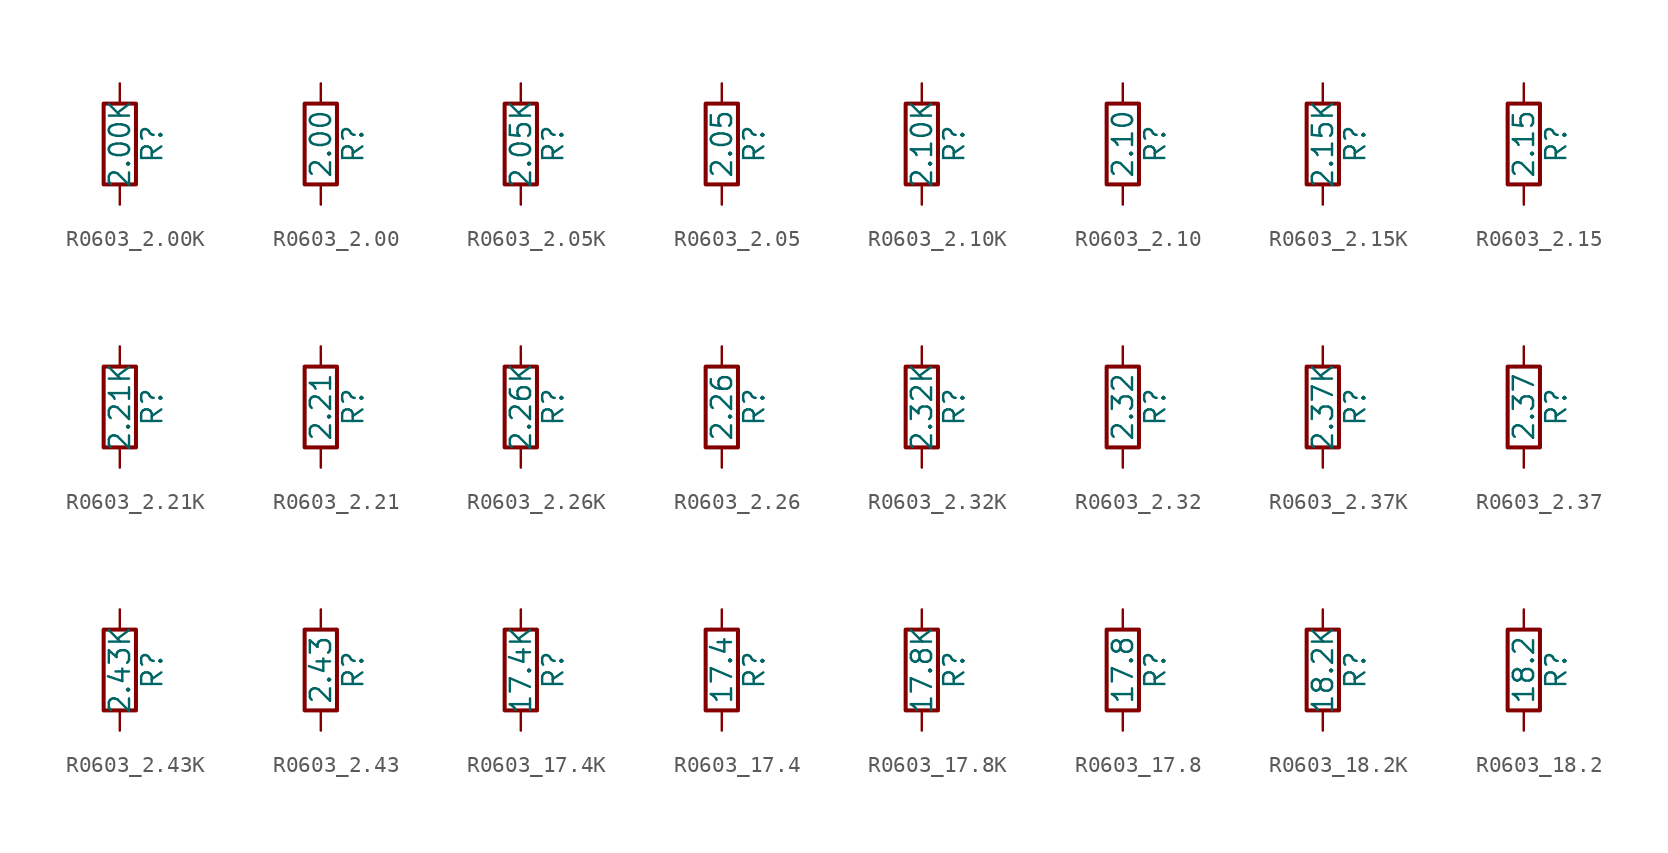
<source format=kicad_sym>
(kicad_symbol_lib
  (version 20211014)
  (generator atlantix-eda)
  (symbol "R0603_2.00K"
    (pin_numbers hide)
    (pin_names
      (offset 0))
    (property "Reference" "R"
      (at 2.032 0 90)
      (effects (font (size 1.27 1.27))))
    (property "Value" "2.00K"
      (at 0 0 90)
      (effects (font (size 1.27 1.27))))
    (symbol "R0603_2.00K_0_1"
      (rectangle (start -1.016 -2.54) (end 1.016 2.54) (stroke (width 0.254) (type default) (color 0 0 0 0)) (fill (type none))))
    (symbol "R0603_2.00K_1_1"
      (pin passive line (at 0 3.81 270) (length 1.27) (name "~" (effects (font (size 1.27 1.27)))) (number "1" (effects (font (size 1.27 1.27)))))
      (pin passive line (at 0 -3.81 90) (length 1.27) (name "~" (effects (font (size 1.27 1.27)))) (number "2" (effects (font (size 1.27 1.27)))))))
  (symbol "R0603_2.00"
    (pin_numbers hide)
    (pin_names
      (offset 0))
    (property "Reference" "R"
      (at 2.032 0 90)
      (effects (font (size 1.27 1.27))))
    (property "Value" "2.00"
      (at 0 0 90)
      (effects (font (size 1.27 1.27))))
    (symbol "R0603_2.00_0_1"
      (rectangle (start -1.016 -2.54) (end 1.016 2.54) (stroke (width 0.254) (type default) (color 0 0 0 0)) (fill (type none))))
    (symbol "R0603_2.00_1_1"
      (pin passive line (at 0 3.81 270) (length 1.27) (name "~" (effects (font (size 1.27 1.27)))) (number "1" (effects (font (size 1.27 1.27)))))
      (pin passive line (at 0 -3.81 90) (length 1.27) (name "~" (effects (font (size 1.27 1.27)))) (number "2" (effects (font (size 1.27 1.27)))))))
  (symbol "R0603_2.05K"
    (pin_numbers hide)
    (pin_names
      (offset 0))
    (property "Reference" "R"
      (at 2.032 0 90)
      (effects (font (size 1.27 1.27))))
    (property "Value" "2.05K"
      (at 0 0 90)
      (effects (font (size 1.27 1.27))))
    (symbol "R0603_2.05K_0_1"
      (rectangle (start -1.016 -2.54) (end 1.016 2.54) (stroke (width 0.254) (type default) (color 0 0 0 0)) (fill (type none))))
    (symbol "R0603_2.05K_1_1"
      (pin passive line (at 0 3.81 270) (length 1.27) (name "~" (effects (font (size 1.27 1.27)))) (number "1" (effects (font (size 1.27 1.27)))))
      (pin passive line (at 0 -3.81 90) (length 1.27) (name "~" (effects (font (size 1.27 1.27)))) (number "2" (effects (font (size 1.27 1.27)))))))
  (symbol "R0603_2.05"
    (pin_numbers hide)
    (pin_names
      (offset 0))
    (property "Reference" "R"
      (at 2.032 0 90)
      (effects (font (size 1.27 1.27))))
    (property "Value" "2.05"
      (at 0 0 90)
      (effects (font (size 1.27 1.27))))
    (symbol "R0603_2.05_0_1"
      (rectangle (start -1.016 -2.54) (end 1.016 2.54) (stroke (width 0.254) (type default) (color 0 0 0 0)) (fill (type none))))
    (symbol "R0603_2.05_1_1"
      (pin passive line (at 0 3.81 270) (length 1.27) (name "~" (effects (font (size 1.27 1.27)))) (number "1" (effects (font (size 1.27 1.27)))))
      (pin passive line (at 0 -3.81 90) (length 1.27) (name "~" (effects (font (size 1.27 1.27)))) (number "2" (effects (font (size 1.27 1.27)))))))
  (symbol "R0603_2.10K"
    (pin_numbers hide)
    (pin_names
      (offset 0))
    (property "Reference" "R"
      (at 2.032 0 90)
      (effects (font (size 1.27 1.27))))
    (property "Value" "2.10K"
      (at 0 0 90)
      (effects (font (size 1.27 1.27))))
    (symbol "R0603_2.10K_0_1"
      (rectangle (start -1.016 -2.54) (end 1.016 2.54) (stroke (width 0.254) (type default) (color 0 0 0 0)) (fill (type none))))
    (symbol "R0603_2.10K_1_1"
      (pin passive line (at 0 3.81 270) (length 1.27) (name "~" (effects (font (size 1.27 1.27)))) (number "1" (effects (font (size 1.27 1.27)))))
      (pin passive line (at 0 -3.81 90) (length 1.27) (name "~" (effects (font (size 1.27 1.27)))) (number "2" (effects (font (size 1.27 1.27)))))))
  (symbol "R0603_2.10"
    (pin_numbers hide)
    (pin_names
      (offset 0))
    (property "Reference" "R"
      (at 2.032 0 90)
      (effects (font (size 1.27 1.27))))
    (property "Value" "2.10"
      (at 0 0 90)
      (effects (font (size 1.27 1.27))))
    (symbol "R0603_2.10_0_1"
      (rectangle (start -1.016 -2.54) (end 1.016 2.54) (stroke (width 0.254) (type default) (color 0 0 0 0)) (fill (type none))))
    (symbol "R0603_2.10_1_1"
      (pin passive line (at 0 3.81 270) (length 1.27) (name "~" (effects (font (size 1.27 1.27)))) (number "1" (effects (font (size 1.27 1.27)))))
      (pin passive line (at 0 -3.81 90) (length 1.27) (name "~" (effects (font (size 1.27 1.27)))) (number "2" (effects (font (size 1.27 1.27)))))))
  (symbol "R0603_2.15K"
    (pin_numbers hide)
    (pin_names
      (offset 0))
    (property "Reference" "R"
      (at 2.032 0 90)
      (effects (font (size 1.27 1.27))))
    (property "Value" "2.15K"
      (at 0 0 90)
      (effects (font (size 1.27 1.27))))
    (symbol "R0603_2.15K_0_1"
      (rectangle (start -1.016 -2.54) (end 1.016 2.54) (stroke (width 0.254) (type default) (color 0 0 0 0)) (fill (type none))))
    (symbol "R0603_2.15K_1_1"
      (pin passive line (at 0 3.81 270) (length 1.27) (name "~" (effects (font (size 1.27 1.27)))) (number "1" (effects (font (size 1.27 1.27)))))
      (pin passive line (at 0 -3.81 90) (length 1.27) (name "~" (effects (font (size 1.27 1.27)))) (number "2" (effects (font (size 1.27 1.27)))))))
  (symbol "R0603_2.15"
    (pin_numbers hide)
    (pin_names
      (offset 0))
    (property "Reference" "R"
      (at 2.032 0 90)
      (effects (font (size 1.27 1.27))))
    (property "Value" "2.15"
      (at 0 0 90)
      (effects (font (size 1.27 1.27))))
    (symbol "R0603_2.15_0_1"
      (rectangle (start -1.016 -2.54) (end 1.016 2.54) (stroke (width 0.254) (type default) (color 0 0 0 0)) (fill (type none))))
    (symbol "R0603_2.15_1_1"
      (pin passive line (at 0 3.81 270) (length 1.27) (name "~" (effects (font (size 1.27 1.27)))) (number "1" (effects (font (size 1.27 1.27)))))
      (pin passive line (at 0 -3.81 90) (length 1.27) (name "~" (effects (font (size 1.27 1.27)))) (number "2" (effects (font (size 1.27 1.27)))))))
  (symbol "R0603_2.21K"
    (pin_numbers hide)
    (pin_names
      (offset 0))
    (property "Reference" "R"
      (at 2.032 0 90)
      (effects (font (size 1.27 1.27))))
    (property "Value" "2.21K"
      (at 0 0 90)
      (effects (font (size 1.27 1.27))))
    (symbol "R0603_2.21K_0_1"
      (rectangle (start -1.016 -2.54) (end 1.016 2.54) (stroke (width 0.254) (type default) (color 0 0 0 0)) (fill (type none))))
    (symbol "R0603_2.21K_1_1"
      (pin passive line (at 0 3.81 270) (length 1.27) (name "~" (effects (font (size 1.27 1.27)))) (number "1" (effects (font (size 1.27 1.27)))))
      (pin passive line (at 0 -3.81 90) (length 1.27) (name "~" (effects (font (size 1.27 1.27)))) (number "2" (effects (font (size 1.27 1.27)))))))
  (symbol "R0603_2.21"
    (pin_numbers hide)
    (pin_names
      (offset 0))
    (property "Reference" "R"
      (at 2.032 0 90)
      (effects (font (size 1.27 1.27))))
    (property "Value" "2.21"
      (at 0 0 90)
      (effects (font (size 1.27 1.27))))
    (symbol "R0603_2.21_0_1"
      (rectangle (start -1.016 -2.54) (end 1.016 2.54) (stroke (width 0.254) (type default) (color 0 0 0 0)) (fill (type none))))
    (symbol "R0603_2.21_1_1"
      (pin passive line (at 0 3.81 270) (length 1.27) (name "~" (effects (font (size 1.27 1.27)))) (number "1" (effects (font (size 1.27 1.27)))))
      (pin passive line (at 0 -3.81 90) (length 1.27) (name "~" (effects (font (size 1.27 1.27)))) (number "2" (effects (font (size 1.27 1.27)))))))
  (symbol "R0603_2.26K"
    (pin_numbers hide)
    (pin_names
      (offset 0))
    (property "Reference" "R"
      (at 2.032 0 90)
      (effects (font (size 1.27 1.27))))
    (property "Value" "2.26K"
      (at 0 0 90)
      (effects (font (size 1.27 1.27))))
    (symbol "R0603_2.26K_0_1"
      (rectangle (start -1.016 -2.54) (end 1.016 2.54) (stroke (width 0.254) (type default) (color 0 0 0 0)) (fill (type none))))
    (symbol "R0603_2.26K_1_1"
      (pin passive line (at 0 3.81 270) (length 1.27) (name "~" (effects (font (size 1.27 1.27)))) (number "1" (effects (font (size 1.27 1.27)))))
      (pin passive line (at 0 -3.81 90) (length 1.27) (name "~" (effects (font (size 1.27 1.27)))) (number "2" (effects (font (size 1.27 1.27)))))))
  (symbol "R0603_2.26"
    (pin_numbers hide)
    (pin_names
      (offset 0))
    (property "Reference" "R"
      (at 2.032 0 90)
      (effects (font (size 1.27 1.27))))
    (property "Value" "2.26"
      (at 0 0 90)
      (effects (font (size 1.27 1.27))))
    (symbol "R0603_2.26_0_1"
      (rectangle (start -1.016 -2.54) (end 1.016 2.54) (stroke (width 0.254) (type default) (color 0 0 0 0)) (fill (type none))))
    (symbol "R0603_2.26_1_1"
      (pin passive line (at 0 3.81 270) (length 1.27) (name "~" (effects (font (size 1.27 1.27)))) (number "1" (effects (font (size 1.27 1.27)))))
      (pin passive line (at 0 -3.81 90) (length 1.27) (name "~" (effects (font (size 1.27 1.27)))) (number "2" (effects (font (size 1.27 1.27)))))))
  (symbol "R0603_2.32K"
    (pin_numbers hide)
    (pin_names
      (offset 0))
    (property "Reference" "R"
      (at 2.032 0 90)
      (effects (font (size 1.27 1.27))))
    (property "Value" "2.32K"
      (at 0 0 90)
      (effects (font (size 1.27 1.27))))
    (symbol "R0603_2.32K_0_1"
      (rectangle (start -1.016 -2.54) (end 1.016 2.54) (stroke (width 0.254) (type default) (color 0 0 0 0)) (fill (type none))))
    (symbol "R0603_2.32K_1_1"
      (pin passive line (at 0 3.81 270) (length 1.27) (name "~" (effects (font (size 1.27 1.27)))) (number "1" (effects (font (size 1.27 1.27)))))
      (pin passive line (at 0 -3.81 90) (length 1.27) (name "~" (effects (font (size 1.27 1.27)))) (number "2" (effects (font (size 1.27 1.27)))))))
  (symbol "R0603_2.32"
    (pin_numbers hide)
    (pin_names
      (offset 0))
    (property "Reference" "R"
      (at 2.032 0 90)
      (effects (font (size 1.27 1.27))))
    (property "Value" "2.32"
      (at 0 0 90)
      (effects (font (size 1.27 1.27))))
    (symbol "R0603_2.32_0_1"
      (rectangle (start -1.016 -2.54) (end 1.016 2.54) (stroke (width 0.254) (type default) (color 0 0 0 0)) (fill (type none))))
    (symbol "R0603_2.32_1_1"
      (pin passive line (at 0 3.81 270) (length 1.27) (name "~" (effects (font (size 1.27 1.27)))) (number "1" (effects (font (size 1.27 1.27)))))
      (pin passive line (at 0 -3.81 90) (length 1.27) (name "~" (effects (font (size 1.27 1.27)))) (number "2" (effects (font (size 1.27 1.27)))))))
  (symbol "R0603_2.37K"
    (pin_numbers hide)
    (pin_names
      (offset 0))
    (property "Reference" "R"
      (at 2.032 0 90)
      (effects (font (size 1.27 1.27))))
    (property "Value" "2.37K"
      (at 0 0 90)
      (effects (font (size 1.27 1.27))))
    (symbol "R0603_2.37K_0_1"
      (rectangle (start -1.016 -2.54) (end 1.016 2.54) (stroke (width 0.254) (type default) (color 0 0 0 0)) (fill (type none))))
    (symbol "R0603_2.37K_1_1"
      (pin passive line (at 0 3.81 270) (length 1.27) (name "~" (effects (font (size 1.27 1.27)))) (number "1" (effects (font (size 1.27 1.27)))))
      (pin passive line (at 0 -3.81 90) (length 1.27) (name "~" (effects (font (size 1.27 1.27)))) (number "2" (effects (font (size 1.27 1.27)))))))
  (symbol "R0603_2.37"
    (pin_numbers hide)
    (pin_names
      (offset 0))
    (property "Reference" "R"
      (at 2.032 0 90)
      (effects (font (size 1.27 1.27))))
    (property "Value" "2.37"
      (at 0 0 90)
      (effects (font (size 1.27 1.27))))
    (symbol "R0603_2.37_0_1"
      (rectangle (start -1.016 -2.54) (end 1.016 2.54) (stroke (width 0.254) (type default) (color 0 0 0 0)) (fill (type none))))
    (symbol "R0603_2.37_1_1"
      (pin passive line (at 0 3.81 270) (length 1.27) (name "~" (effects (font (size 1.27 1.27)))) (number "1" (effects (font (size 1.27 1.27)))))
      (pin passive line (at 0 -3.81 90) (length 1.27) (name "~" (effects (font (size 1.27 1.27)))) (number "2" (effects (font (size 1.27 1.27)))))))
  (symbol "R0603_2.43K"
    (pin_numbers hide)
    (pin_names
      (offset 0))
    (property "Reference" "R"
      (at 2.032 0 90)
      (effects (font (size 1.27 1.27))))
    (property "Value" "2.43K"
      (at 0 0 90)
      (effects (font (size 1.27 1.27))))
    (symbol "R0603_2.43K_0_1"
      (rectangle (start -1.016 -2.54) (end 1.016 2.54) (stroke (width 0.254) (type default) (color 0 0 0 0)) (fill (type none))))
    (symbol "R0603_2.43K_1_1"
      (pin passive line (at 0 3.81 270) (length 1.27) (name "~" (effects (font (size 1.27 1.27)))) (number "1" (effects (font (size 1.27 1.27)))))
      (pin passive line (at 0 -3.81 90) (length 1.27) (name "~" (effects (font (size 1.27 1.27)))) (number "2" (effects (font (size 1.27 1.27)))))))
  (symbol "R0603_2.43"
    (pin_numbers hide)
    (pin_names
      (offset 0))
    (property "Reference" "R"
      (at 2.032 0 90)
      (effects (font (size 1.27 1.27))))
    (property "Value" "2.43"
      (at 0 0 90)
      (effects (font (size 1.27 1.27))))
    (symbol "R0603_2.43_0_1"
      (rectangle (start -1.016 -2.54) (end 1.016 2.54) (stroke (width 0.254) (type default) (color 0 0 0 0)) (fill (type none))))
    (symbol "R0603_2.43_1_1"
      (pin passive line (at 0 3.81 270) (length 1.27) (name "~" (effects (font (size 1.27 1.27)))) (number "1" (effects (font (size 1.27 1.27)))))
      (pin passive line (at 0 -3.81 90) (length 1.27) (name "~" (effects (font (size 1.27 1.27)))) (number "2" (effects (font (size 1.27 1.27)))))))
  (symbol "R0603_17.4K"
    (pin_numbers hide)
    (pin_names
      (offset 0))
    (property "Reference" "R"
      (at 2.032 0 90)
      (effects (font (size 1.27 1.27))))
    (property "Value" "17.4K"
      (at 0 0 90)
      (effects (font (size 1.27 1.27))))
    (symbol "R0603_17.4K_0_1"
      (rectangle (start -1.016 -2.54) (end 1.016 2.54) (stroke (width 0.254) (type default) (color 0 0 0 0)) (fill (type none))))
    (symbol "R0603_17.4K_1_1"
      (pin passive line (at 0 3.81 270) (length 1.27) (name "~" (effects (font (size 1.27 1.27)))) (number "1" (effects (font (size 1.27 1.27)))))
      (pin passive line (at 0 -3.81 90) (length 1.27) (name "~" (effects (font (size 1.27 1.27)))) (number "2" (effects (font (size 1.27 1.27)))))))
  (symbol "R0603_17.4"
    (pin_numbers hide)
    (pin_names
      (offset 0))
    (property "Reference" "R"
      (at 2.032 0 90)
      (effects (font (size 1.27 1.27))))
    (property "Value" "17.4"
      (at 0 0 90)
      (effects (font (size 1.27 1.27))))
    (symbol "R0603_17.4_0_1"
      (rectangle (start -1.016 -2.54) (end 1.016 2.54) (stroke (width 0.254) (type default) (color 0 0 0 0)) (fill (type none))))
    (symbol "R0603_17.4_1_1"
      (pin passive line (at 0 3.81 270) (length 1.27) (name "~" (effects (font (size 1.27 1.27)))) (number "1" (effects (font (size 1.27 1.27)))))
      (pin passive line (at 0 -3.81 90) (length 1.27) (name "~" (effects (font (size 1.27 1.27)))) (number "2" (effects (font (size 1.27 1.27)))))))
  (symbol "R0603_17.8K"
    (pin_numbers hide)
    (pin_names
      (offset 0))
    (property "Reference" "R"
      (at 2.032 0 90)
      (effects (font (size 1.27 1.27))))
    (property "Value" "17.8K"
      (at 0 0 90)
      (effects (font (size 1.27 1.27))))
    (symbol "R0603_17.8K_0_1"
      (rectangle (start -1.016 -2.54) (end 1.016 2.54) (stroke (width 0.254) (type default) (color 0 0 0 0)) (fill (type none))))
    (symbol "R0603_17.8K_1_1"
      (pin passive line (at 0 3.81 270) (length 1.27) (name "~" (effects (font (size 1.27 1.27)))) (number "1" (effects (font (size 1.27 1.27)))))
      (pin passive line (at 0 -3.81 90) (length 1.27) (name "~" (effects (font (size 1.27 1.27)))) (number "2" (effects (font (size 1.27 1.27)))))))
  (symbol "R0603_17.8"
    (pin_numbers hide)
    (pin_names
      (offset 0))
    (property "Reference" "R"
      (at 2.032 0 90)
      (effects (font (size 1.27 1.27))))
    (property "Value" "17.8"
      (at 0 0 90)
      (effects (font (size 1.27 1.27))))
    (symbol "R0603_17.8_0_1"
      (rectangle (start -1.016 -2.54) (end 1.016 2.54) (stroke (width 0.254) (type default) (color 0 0 0 0)) (fill (type none))))
    (symbol "R0603_17.8_1_1"
      (pin passive line (at 0 3.81 270) (length 1.27) (name "~" (effects (font (size 1.27 1.27)))) (number "1" (effects (font (size 1.27 1.27)))))
      (pin passive line (at 0 -3.81 90) (length 1.27) (name "~" (effects (font (size 1.27 1.27)))) (number "2" (effects (font (size 1.27 1.27)))))))
  (symbol "R0603_18.2K"
    (pin_numbers hide)
    (pin_names
      (offset 0))
    (property "Reference" "R"
      (at 2.032 0 90)
      (effects (font (size 1.27 1.27))))
    (property "Value" "18.2K"
      (at 0 0 90)
      (effects (font (size 1.27 1.27))))
    (symbol "R0603_18.2K_0_1"
      (rectangle (start -1.016 -2.54) (end 1.016 2.54) (stroke (width 0.254) (type default) (color 0 0 0 0)) (fill (type none))))
    (symbol "R0603_18.2K_1_1"
      (pin passive line (at 0 3.81 270) (length 1.27) (name "~" (effects (font (size 1.27 1.27)))) (number "1" (effects (font (size 1.27 1.27)))))
      (pin passive line (at 0 -3.81 90) (length 1.27) (name "~" (effects (font (size 1.27 1.27)))) (number "2" (effects (font (size 1.27 1.27)))))))
  (symbol "R0603_18.2"
    (pin_numbers hide)
    (pin_names
      (offset 0))
    (property "Reference" "R"
      (at 2.032 0 90)
      (effects (font (size 1.27 1.27))))
    (property "Value" "18.2"
      (at 0 0 90)
      (effects (font (size 1.27 1.27))))
    (symbol "R0603_18.2_0_1"
      (rectangle (start -1.016 -2.54) (end 1.016 2.54) (stroke (width 0.254) (type default) (color 0 0 0 0)) (fill (type none))))
    (symbol "R0603_18.2_1_1"
      (pin passive line (at 0 3.81 270) (length 1.27) (name "~" (effects (font (size 1.27 1.27)))) (number "1" (effects (font (size 1.27 1.27)))))
      (pin passive line (at 0 -3.81 90) (length 1.27) (name "~" (effects (font (size 1.27 1.27)))) (number "2" (effects (font (size 1.27 1.27))))))))
</source>
